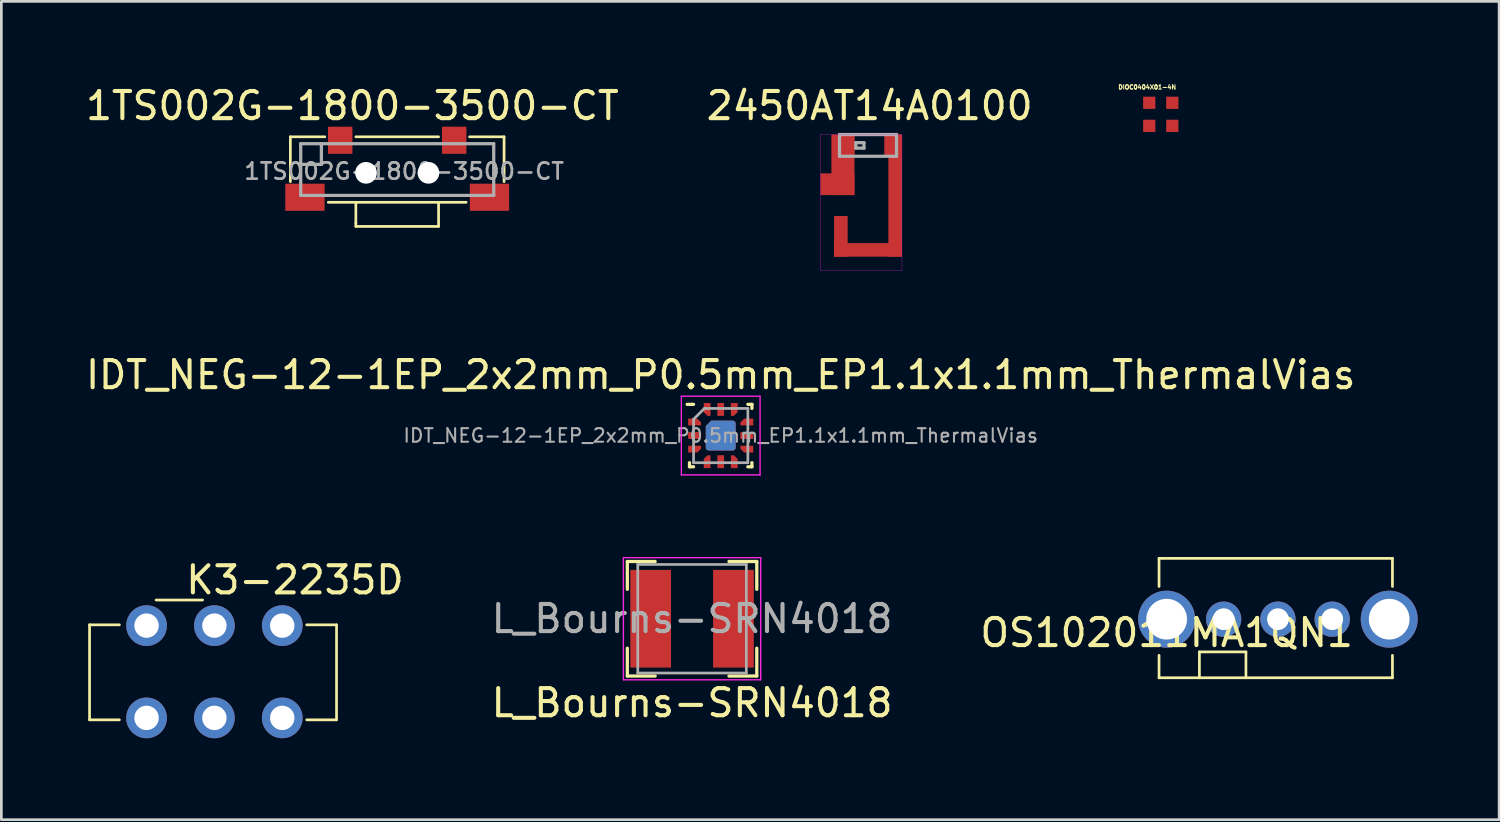
<source format=kicad_pcb>
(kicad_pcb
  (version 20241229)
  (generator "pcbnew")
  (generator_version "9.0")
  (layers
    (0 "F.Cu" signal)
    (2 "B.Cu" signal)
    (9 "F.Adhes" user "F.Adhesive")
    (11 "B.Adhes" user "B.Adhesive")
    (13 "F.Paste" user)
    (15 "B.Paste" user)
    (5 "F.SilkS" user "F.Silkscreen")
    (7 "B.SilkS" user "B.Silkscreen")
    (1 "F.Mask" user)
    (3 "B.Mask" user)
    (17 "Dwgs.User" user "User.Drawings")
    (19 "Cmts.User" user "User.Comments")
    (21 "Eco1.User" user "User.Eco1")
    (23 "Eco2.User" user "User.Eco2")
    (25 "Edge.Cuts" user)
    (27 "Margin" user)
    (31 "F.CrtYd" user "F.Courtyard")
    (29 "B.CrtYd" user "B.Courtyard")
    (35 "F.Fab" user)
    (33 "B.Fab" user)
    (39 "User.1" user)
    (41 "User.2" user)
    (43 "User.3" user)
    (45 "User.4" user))
  (footprint "OS102011MA1QN1"
    (layer "F.Cu")
    (at 39.938 19.765)
    (property "Reference" "OS102011MA1QN1" (at 0 0.5 0) (layer "F.SilkS") (effects (font (size 1 1) (thickness 0.15))))
    (attr through_hole)
    (fp_line (start -0.281 -2.241) (end -0.281 -1.206) (stroke (width 0.1) (type solid)) (layer "F.SilkS"))
    (fp_line (start -0.281 -2.241) (end 8.319 -2.241) (stroke (width 0.1) (type solid)) (layer "F.SilkS"))
    (fp_line (start -0.281 1.333) (end -0.281 2.159) (stroke (width 0.1) (type solid)) (layer "F.SilkS"))
    (fp_line (start -0.281 2.159) (end 8.319 2.159) (stroke (width 0.1) (type solid)) (layer "F.SilkS"))
    (fp_line (start 1.206 1.206) (end 2.921 1.206) (stroke (width 0.1) (type solid)) (layer "F.SilkS"))
    (fp_line (start 1.206 2.159) (end 1.206 1.206) (stroke (width 0.1) (type solid)) (layer "F.SilkS"))
    (fp_line (start 2.921 1.206) (end 2.921 2.159) (stroke (width 0.1) (type solid)) (layer "F.SilkS"))
    (fp_line (start 8.319 -2.241) (end 8.319 -1.206) (stroke (width 0.1) (type solid)) (layer "F.SilkS"))
    (fp_line (start 8.319 1.333) (end 8.319 2.159) (stroke (width 0.1) (type solid)) (layer "F.SilkS"))
    (pad "" thru_hole circle (at 0 0) (size 2.1 2.1) (drill 1.5) (layers "*.Cu" "*.Mask"))
    (pad "" thru_hole circle (at 8.2 0) (size 2.1 2.1) (drill 1.5) (layers "*.Cu" "*.Mask"))
    (pad "1" thru_hole circle (at 2.1 0) (size 1.3 1.3) (drill 0.8) (layers "*.Cu" "*.Mask"))
    (pad "2" thru_hole circle (at 4.1 0) (size 1.3 1.3) (drill 0.8) (layers "*.Cu" "*.Mask"))
    (pad "3" thru_hole circle (at 6.1 0) (size 1.3 1.3) (drill 0.8) (layers "*.Cu" "*.Mask")))
  (footprint "L_Bourns-SRN4018"
    (layer "F.Cu")
    (at 22.45 19.749)
    (property "Reference" "L_Bourns-SRN4018" (at 0 3.1 0) (layer "F.SilkS") (effects (font (size 1 1) (thickness 0.15))))
    (attr smd)
    (fp_line (start -2.385 -2.11) (end -2.385 -1.085) (stroke (width 0.12) (type solid)) (layer "F.SilkS"))
    (fp_line (start -2.385 -2.11) (end -1.36 -2.11) (stroke (width 0.12) (type solid)) (layer "F.SilkS"))
    (fp_line (start -2.385 2.11) (end -2.385 1.085) (stroke (width 0.12) (type solid)) (layer "F.SilkS"))
    (fp_line (start -2.385 2.11) (end -1.36 2.11) (stroke (width 0.12) (type solid)) (layer "F.SilkS"))
    (fp_line (start 2.385 -2.11) (end 1.36 -2.11) (stroke (width 0.12) (type solid)) (layer "F.SilkS"))
    (fp_line (start 2.385 -2.11) (end 2.385 -1.085) (stroke (width 0.12) (type solid)) (layer "F.SilkS"))
    (fp_line (start 2.385 2.11) (end 1.36 2.11) (stroke (width 0.12) (type solid)) (layer "F.SilkS"))
    (fp_line (start 2.385 2.11) (end 2.385 1.085) (stroke (width 0.12) (type solid)) (layer "F.SilkS"))
    (fp_line (start -2.53 -2.25) (end -2.53 2.25) (stroke (width 0.05) (type solid)) (layer "F.CrtYd"))
    (fp_line (start -2.53 -2.25) (end 2.53 -2.25) (stroke (width 0.05) (type solid)) (layer "F.CrtYd"))
    (fp_line (start -2.53 2.25) (end 2.53 2.25) (stroke (width 0.05) (type solid)) (layer "F.CrtYd"))
    (fp_line (start 2.53 -2.25) (end 2.53 2.25) (stroke (width 0.05) (type solid)) (layer "F.CrtYd"))
    (fp_line (start -2 -2) (end -2 2) (stroke (width 0.1) (type solid)) (layer "F.Fab"))
    (fp_line (start -2 -2) (end 2 -2) (stroke (width 0.1) (type solid)) (layer "F.Fab"))
    (fp_line (start 2 -2) (end 2 2) (stroke (width 0.1) (type solid)) (layer "F.Fab"))
    (fp_line (start 2 2) (end -2 2) (stroke (width 0.1) (type solid)) (layer "F.Fab"))
    (fp_text user "${REFERENCE}" (at 0 0 0) (layer "F.Fab") (effects (font (size 1 1) (thickness 0.15))))
    (pad "1" smd rect (at -1.525 0) (size 1.5 3.6) (layers "F.Cu" "F.Mask" "F.Paste"))
    (pad "2" smd rect (at 1.525 0) (size 1.5 3.6) (layers "F.Cu" "F.Mask" "F.Paste")))
  (footprint "IDT_NEG-12-1EP_2x2mm_P0.5mm_EP1.1x1.1mm_ThermalVias"
    (layer "F.Cu")
    (at 23.506 12.999)
    (property "Reference" "IDT_NEG-12-1EP_2x2mm_P0.5mm_EP1.1x1.1mm_ThermalVias" (at 0 -2.237 0) (layer "F.SilkS") (effects (font (size 1 1) (thickness 0.15))))
    (attr smd)
    (fp_line (start -1.15 1.15) (end -1.15 1) (stroke (width 0.12) (type solid)) (layer "F.SilkS"))
    (fp_line (start -1 -1.15) (end -1.238 -1.15) (stroke (width 0.12) (type solid)) (layer "F.SilkS"))
    (fp_line (start -1 1.15) (end -1.15 1.15) (stroke (width 0.12) (type solid)) (layer "F.SilkS"))
    (fp_line (start 1 -1.15) (end 1.15 -1.15) (stroke (width 0.12) (type solid)) (layer "F.SilkS"))
    (fp_line (start 1 1.15) (end 1.15 1.15) (stroke (width 0.12) (type solid)) (layer "F.SilkS"))
    (fp_line (start 1.15 -1.15) (end 1.15 -1) (stroke (width 0.12) (type solid)) (layer "F.SilkS"))
    (fp_line (start 1.15 1.15) (end 1.15 1) (stroke (width 0.12) (type solid)) (layer "F.SilkS"))
    (fp_line (start -1.45 -1.45) (end 1.45 -1.45) (stroke (width 0.05) (type solid)) (layer "F.CrtYd"))
    (fp_line (start -1.45 1.45) (end -1.45 -1.45) (stroke (width 0.05) (type solid)) (layer "F.CrtYd"))
    (fp_line (start 1.45 -1.45) (end 1.45 1.45) (stroke (width 0.05) (type solid)) (layer "F.CrtYd"))
    (fp_line (start 1.45 1.45) (end -1.45 1.45) (stroke (width 0.05) (type solid)) (layer "F.CrtYd"))
    (fp_line (start -1 -0.6) (end -1 1) (stroke (width 0.1) (type solid)) (layer "F.Fab"))
    (fp_line (start -1 1) (end 1 1) (stroke (width 0.1) (type solid)) (layer "F.Fab"))
    (fp_line (start -0.6 -1) (end -1 -0.6) (stroke (width 0.1) (type solid)) (layer "F.Fab"))
    (fp_line (start 1 -1) (end -0.6 -1) (stroke (width 0.1) (type solid)) (layer "F.Fab"))
    (fp_line (start 1 1) (end 1 -1) (stroke (width 0.1) (type solid)) (layer "F.Fab"))
    (fp_text user "${REFERENCE}" (at 0 0 0) (layer "F.Fab") (effects (font (size 0.5 0.5) (thickness 0.075))))
    (pad "1" smd custom (at -0.963 -0.5 90) (size 0.25 0.25) (layers "F.Cu" "F.Mask" "F.Paste") (options (anchor circle)) (primitives (gr_poly (pts (xy -0.125 0.237) (xy -0.125 -0.237) (xy 0.125 -0.237) (xy 0.125 0.1) (xy -0.013 0.237)) (width 0) (fill yes))))
    (pad "2" smd rect (at -0.963 0 90) (size 0.25 0.475) (layers "F.Cu" "F.Mask" "F.Paste"))
    (pad "3" smd custom (at -0.963 0.5 270) (size 0.25 0.25) (layers "F.Cu" "F.Mask" "F.Paste") (options (anchor circle)) (primitives (gr_poly (pts (xy -0.125 -0.237) (xy -0.125 0.237) (xy 0.125 0.237) (xy 0.125 -0.1) (xy -0.013 -0.237)) (width 0) (fill yes))))
    (pad "4" smd custom (at -0.5 0.963 180) (size 0.25 0.25) (layers "F.Cu" "F.Mask" "F.Paste") (options (anchor circle)) (primitives (gr_poly (pts (xy -0.125 0.237) (xy -0.125 -0.237) (xy 0.125 -0.237) (xy 0.125 0.1) (xy -0.013 0.237)) (width 0) (fill yes))))
    (pad "5" smd rect (at 0 0.963) (size 0.25 0.475) (layers "F.Cu" "F.Mask" "F.Paste"))
    (pad "6" smd custom (at 0.5 0.963) (size 0.25 0.25) (layers "F.Cu" "F.Mask" "F.Paste") (options (anchor circle)) (primitives (gr_poly (pts (xy -0.125 -0.237) (xy -0.125 0.237) (xy 0.125 0.237) (xy 0.125 -0.1) (xy -0.013 -0.237)) (width 0) (fill yes))))
    (pad "7" smd custom (at 0.963 0.5 270) (size 0.25 0.25) (layers "F.Cu" "F.Mask" "F.Paste") (options (anchor circle)) (primitives (gr_poly (pts (xy -0.125 0.237) (xy -0.125 -0.237) (xy 0.125 -0.237) (xy 0.125 0.1) (xy -0.013 0.237)) (width 0) (fill yes))))
    (pad "8" smd rect (at 0.963 0 90) (size 0.25 0.475) (layers "F.Cu" "F.Mask" "F.Paste"))
    (pad "9" smd custom (at 0.963 -0.5 90) (size 0.25 0.25) (layers "F.Cu" "F.Mask" "F.Paste") (options (anchor circle)) (primitives (gr_poly (pts (xy -0.125 -0.237) (xy -0.125 0.237) (xy 0.125 0.237) (xy 0.125 -0.1) (xy -0.013 -0.237)) (width 0) (fill yes))))
    (pad "10" smd custom (at 0.5 -0.963) (size 0.25 0.25) (layers "F.Cu" "F.Mask" "F.Paste") (options (anchor circle)) (primitives (gr_poly (pts (xy -0.125 0.237) (xy -0.125 -0.237) (xy 0.125 -0.237) (xy 0.125 0.1) (xy -0.013 0.237)) (width 0) (fill yes))))
    (pad "11" smd rect (at 0 -0.963) (size 0.25 0.475) (layers "F.Cu" "F.Mask" "F.Paste"))
    (pad "12" smd custom (at -0.5 -0.963 180) (size 0.25 0.25) (layers "F.Cu" "F.Mask" "F.Paste") (options (anchor circle)) (primitives (gr_poly (pts (xy -0.125 -0.237) (xy -0.125 0.237) (xy 0.125 0.237) (xy 0.125 -0.1) (xy -0.013 -0.237)) (width 0) (fill yes))))
    (pad "13" smd custom (at 0 0) (size 0.55 0.55) (layers "F.Cu" "F.Mask") (options (anchor rect)) (primitives (gr_poly (pts (xy 0.35 -0.55) (xy 0.35 0.35) (xy -0.55 0.35) (xy -0.55 -0.35) (xy -0.35 -0.55)) (width 0) (fill yes)) (gr_poly (pts (xy 0.448 -0.448) (xy 0.448 0.448) (xy -0.448 0.448) (xy -0.448 -0.287) (xy -0.305 -0.448)) (width 0.205) (fill yes))))
    (pad "13" smd custom (at 0 0) (size 0.55 0.55) (layers "B.Cu") (options (anchor rect)) (primitives (gr_poly (pts (xy 0.35 -0.55) (xy 0.35 0.35) (xy -0.55 0.35) (xy -0.55 -0.35) (xy -0.35 -0.55)) (width 0) (fill yes)) (gr_poly (pts (xy 0.448 -0.448) (xy 0.448 0.448) (xy -0.448 0.448) (xy -0.448 -0.287) (xy -0.305 -0.448)) (width 0.205) (fill yes)))))
  (footprint "K3-2235D"
    (layer "F.Cu")
    (at 0.25 19.973)
    (property "Reference" "K3-2235D" (at 7.569 -1.651 0) (layer "F.SilkS") (effects (font (size 1 1) (thickness 0.15))))
    (attr through_hole)
    (fp_line (start 0 0) (end 0 3.5) (stroke (width 0.1) (type solid)) (layer "F.SilkS"))
    (fp_line (start 1.099 0) (end 0 0) (stroke (width 0.1) (type solid)) (layer "F.SilkS"))
    (fp_line (start 1.099 3.5) (end 0 3.5) (stroke (width 0.1) (type solid)) (layer "F.SilkS"))
    (fp_line (start 2.451 -0.914) (end 4.166 -0.914) (stroke (width 0.1) (type solid)) (layer "F.SilkS"))
    (fp_line (start 9.1 0) (end 8.001 0) (stroke (width 0.1) (type solid)) (layer "F.SilkS"))
    (fp_line (start 9.1 0) (end 9.1 3.5) (stroke (width 0.1) (type solid)) (layer "F.SilkS"))
    (fp_line (start 9.1 3.5) (end 8.001 3.5) (stroke (width 0.1) (type solid)) (layer "F.SilkS"))
    (pad "1" thru_hole circle (at 2.1 3.429) (size 1.5 1.5) (drill 0.9) (layers "*.Cu" "*.Mask"))
    (pad "2" thru_hole circle (at 4.6 3.429) (size 1.5 1.5) (drill 0.9) (layers "*.Cu" "*.Mask"))
    (pad "3" thru_hole circle (at 7.1 3.429) (size 1.5 1.5) (drill 0.9) (layers "*.Cu" "*.Mask"))
    (pad "4" thru_hole circle (at 2.1 0.029) (size 1.5 1.5) (drill 0.9) (layers "*.Cu" "*.Mask"))
    (pad "5" thru_hole circle (at 4.6 0.029) (size 1.5 1.5) (drill 0.9) (layers "*.Cu" "*.Mask"))
    (pad "6" thru_hole circle (at 7.1 0.029) (size 1.5 1.5) (drill 0.9) (layers "*.Cu" "*.Mask")))
  (footprint "1TS002G-1800-3500-CT"
    (layer "F.Cu")
    (at 11.586 2.118)
    (property "Reference" "1TS002G-1800-3500-CT" (at -1.651 -1.27 0) (layer "F.SilkS") (effects (font (size 1 1) (thickness 0.15))))
    (attr smd)
    (fp_line (start -3.937 -0.127) (end -2.667 -0.127) (stroke (width 0.1) (type solid)) (layer "F.SilkS"))
    (fp_line (start -3.937 1.524) (end -3.937 -0.127) (stroke (width 0.1) (type solid)) (layer "F.SilkS"))
    (fp_line (start -2.54 2.286) (end 2.54 2.286) (stroke (width 0.1) (type solid)) (layer "F.SilkS"))
    (fp_line (start -1.524 -0.127) (end 1.524 -0.127) (stroke (width 0.1) (type solid)) (layer "F.SilkS"))
    (fp_line (start -1.524 2.286) (end -1.524 3.048) (stroke (width 0.1) (type solid)) (layer "F.SilkS"))
    (fp_line (start -1.524 3.175) (end -1.524 3.048) (stroke (width 0.1) (type solid)) (layer "F.SilkS"))
    (fp_line (start 1.524 2.286) (end 1.524 3.175) (stroke (width 0.1) (type solid)) (layer "F.SilkS"))
    (fp_line (start 1.524 3.175) (end -1.524 3.175) (stroke (width 0.1) (type solid)) (layer "F.SilkS"))
    (fp_line (start 3.937 -0.127) (end 2.667 -0.127) (stroke (width 0.1) (type solid)) (layer "F.SilkS"))
    (fp_line (start 3.937 1.524) (end 3.937 -0.127) (stroke (width 0.1) (type solid)) (layer "F.SilkS"))
    (fp_line (start -3.556 0.127) (end -3.556 2.032) (stroke (width 0.12) (type solid)) (layer "F.Fab"))
    (fp_line (start -3.556 0.889) (end -2.794 0.889) (stroke (width 0.12) (type solid)) (layer "F.Fab"))
    (fp_line (start -3.556 2.032) (end 3.429 2.032) (stroke (width 0.12) (type solid)) (layer "F.Fab"))
    (fp_line (start -2.794 0.889) (end -2.794 0.127) (stroke (width 0.12) (type solid)) (layer "F.Fab"))
    (fp_line (start 3.429 2.032) (end 3.556 2.032) (stroke (width 0.12) (type solid)) (layer "F.Fab"))
    (fp_line (start 3.556 0.127) (end -3.556 0.127) (stroke (width 0.12) (type solid)) (layer "F.Fab"))
    (fp_line (start 3.556 2.032) (end 3.556 0.127) (stroke (width 0.12) (type solid)) (layer "F.Fab"))
    (fp_text user "${REFERENCE}" (at 0.254 1.143 0) (layer "F.Fab") (effects (font (size 0.6 0.6) (thickness 0.1))))
    (pad "" np_thru_hole circle (at -1.15 1.2) (size 0.8 0.8) (drill 0.8) (layers "*.Cu" "*.Mask"))
    (pad "" np_thru_hole circle (at 1.15 1.2) (size 0.8 0.8) (drill 0.8) (layers "*.Cu" "*.Mask"))
    (pad "1" smd rect (at -2.1 0) (size 0.9 1) (layers "F.Cu" "F.Mask" "F.Paste"))
    (pad "2" smd rect (at 2.1 0) (size 0.9 1) (layers "F.Cu" "F.Mask" "F.Paste"))
    (pad "3" smd rect (at -3.4 2.1) (size 1.45 1) (layers "F.Cu" "F.Mask" "F.Paste"))
    (pad "4" smd rect (at 3.4 2.1) (size 1.45 1) (layers "F.Cu" "F.Mask" "F.Paste")))
  (footprint "DIOC0404X01-4N"
    (layer "F.Cu")
    (at 39.721 1.162)
    (property "Reference" "DIOC0404X01-4N" (at -0.5 -1.001 0) (layer "F.SilkS") (effects (font (size 0.158 0.158) (thickness 0.05))))
    (attr smd)
    (fp_line (start -0.5 -0.5) (end -0.5 0.5) (stroke (width 0.03) (type solid)) (layer "Eco2.User"))
    (fp_line (start -0.5 0.5) (end 0.5 0.5) (stroke (width 0.03) (type solid)) (layer "Eco2.User"))
    (fp_line (start 0.5 -0.5) (end -0.5 -0.5) (stroke (width 0.03) (type solid)) (layer "Eco2.User"))
    (fp_line (start 0.5 0.5) (end 0.5 -0.5) (stroke (width 0.03) (type solid)) (layer "Eco2.User"))
    (fp_poly (pts (xy 0.2 -0.5) (xy 0.5 -0.5) (xy 0.5 -0.2) (xy 0.2 -0.2)) (stroke (width 0.1) (type solid)) (fill no) (layer "Eco2.User"))
    (pad "1" smd rect (at 0.425 -0.425) (size 0.45 0.45) (layers "F.Cu" "F.Mask" "F.Paste"))
    (pad "2" smd rect (at 0.425 0.425) (size 0.45 0.45) (layers "F.Cu" "F.Mask" "F.Paste"))
    (pad "3" smd rect (at -0.425 0.425) (size 0.45 0.45) (layers "F.Cu" "F.Mask" "F.Paste"))
    (pad "4" smd rect (at -0.425 -0.425) (size 0.45 0.45) (layers "F.Cu" "F.Mask" "F.Paste")))
  (footprint "2450AT14A0100"
    (layer "F.Cu")
    (at 28.984 2.308)
    (property "Reference" "2450AT14A0100" (at 0.01 -1.46 0) (layer "F.SilkS") (effects (font (size 1 1) (thickness 0.15))))
    (attr through_hole)
    (fp_line (start -1.8 -0.4) (end 1.2 -0.4) (stroke (width 0.01) (type solid)) (layer "F.CrtYd"))
    (fp_line (start -1.8 4.6) (end -1.8 -0.4) (stroke (width 0.01) (type solid)) (layer "F.CrtYd"))
    (fp_line (start 1.2 -0.4) (end 1.2 4.6) (stroke (width 0.01) (type solid)) (layer "F.CrtYd"))
    (fp_line (start 1.2 4.6) (end -1.8 4.6) (stroke (width 0.01) (type solid)) (layer "F.CrtYd"))
    (fp_line (start -1.1 -0.4) (end -1.1 0.4) (stroke (width 0.12) (type solid)) (layer "F.Fab"))
    (fp_line (start -1.1 0.4) (end 1 0.4) (stroke (width 0.12) (type solid)) (layer "F.Fab"))
    (fp_line (start -0.5 -0.1) (end -0.5 0.1) (stroke (width 0.12) (type solid)) (layer "F.Fab"))
    (fp_line (start -0.5 0.1) (end -0.2 0.1) (stroke (width 0.12) (type solid)) (layer "F.Fab"))
    (fp_line (start -0.2 -0.1) (end -0.5 -0.1) (stroke (width 0.12) (type solid)) (layer "F.Fab"))
    (fp_line (start -0.2 0.1) (end -0.2 -0.1) (stroke (width 0.12) (type solid)) (layer "F.Fab"))
    (fp_line (start 1 -0.4) (end -1.1 -0.4) (stroke (width 0.12) (type solid)) (layer "F.Fab"))
    (fp_line (start 1 0.4) (end 1 -0.4) (stroke (width 0.12) (type solid)) (layer "F.Fab"))
    (pad "" connect rect (at -1.175 1.43) (size 1.25 0.8) (layers "F.Cu" "F.Mask"))
    (pad "" connect rect (at -1.05 3.35) (size 0.5 1.5) (layers "F.Cu" "F.Mask"))
    (pad "" connect rect (at -0.975 0.715) (size 0.85 2.23) (layers "F.Cu" "F.Mask"))
    (pad "" connect rect (at -0.05 3.85) (size 2.5 0.5) (layers "F.Cu" "F.Mask"))
    (pad "" connect rect (at 0.95 1.85) (size 0.5 4.5) (layers "F.Cu" "F.Mask"))
    (pad "1" smd rect (at -0.825 0) (size 0.55 0.8) (layers "F.Cu" "F.Mask" "F.Paste"))
    (pad "2" smd rect (at 0.825 0) (size 0.55 0.8) (layers "F.Cu" "F.Mask" "F.Paste")))
  (gr_rect
    (start -3 -3)
    (end 52.188 27.152)
    (stroke (width 0.1) (type default))
    (fill no)
    (layer "Edge.Cuts")))
</source>
